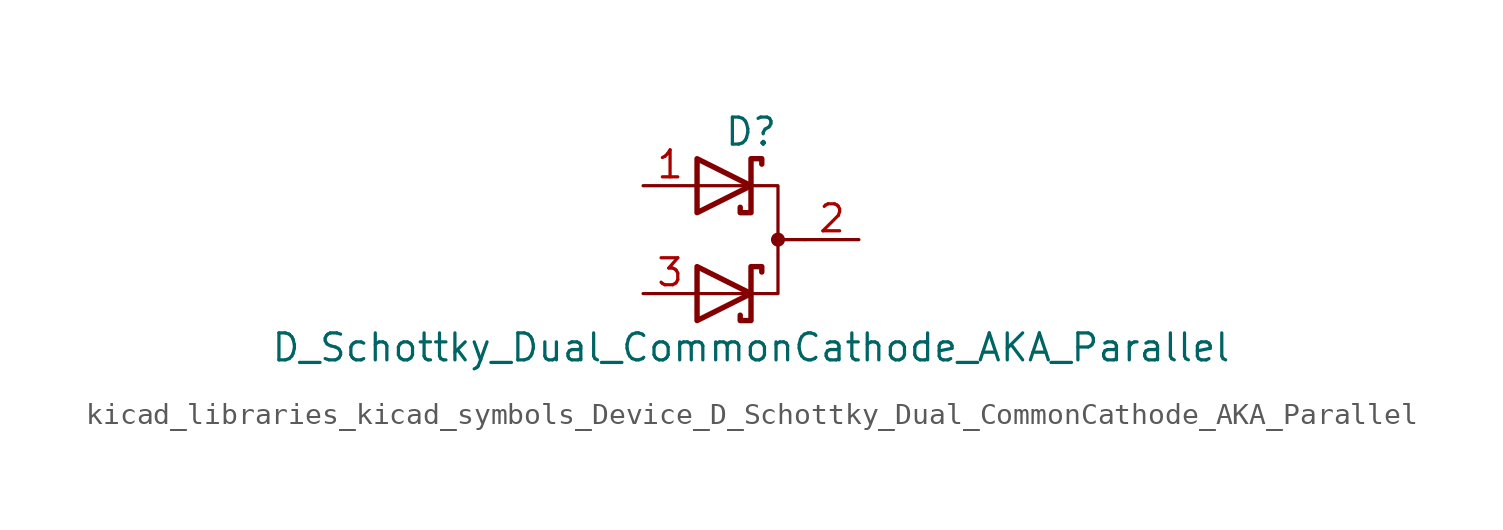
<source format=kicad_sym>
(kicad_symbol_lib
  (version 20220914)
  (generator kicad_symbol_editor)
  (symbol "kicad_libraries_kicad_symbols_Device_D_Schottky_Dual_CommonCathode_AKA_Parallel"
    (pin_names
      (offset 0.762) hide)
    (property "Reference" "D"
      (at 0 5.08 0)
      (effects (font (size 1.27 1.27))))
    (property "Value" "D_Schottky_Dual_CommonCathode_AKA_Parallel"
      (at 0 -5.08 0)
      (effects (font (size 1.27 1.27))))
    (symbol "kicad_libraries_kicad_symbols_Device_D_Schottky_Dual_CommonCathode_AKA_Parallel_0_1"
      (polyline (pts (xy 1.27 0) (xy 2.54 0)) (stroke (width 0) (type default)) (fill (type none)))
      (polyline (pts (xy -2.54 -2.54) (xy 1.27 -2.54) (xy 1.27 2.54) (xy -2.54 2.54)) (stroke (width 0) (type default)) (fill (type none)))
      (polyline (pts (xy -2.54 -1.27) (xy 0 -2.54) (xy -2.54 -3.81) (xy -2.54 -1.27) (xy -2.54 -1.27) (xy -2.54 -1.27)) (stroke (width 0.254) (type default)) (fill (type none)))
      (polyline (pts (xy -2.54 3.81) (xy 0 2.54) (xy -2.54 1.27) (xy -2.54 3.81) (xy -2.54 3.81) (xy -2.54 3.81)) (stroke (width 0.254) (type default)) (fill (type none)))
      (polyline (pts (xy 0.508 -1.524) (xy 0.508 -1.27) (xy 0 -1.27) (xy 0 -3.81) (xy -0.508 -3.81) (xy -0.508 -3.556)) (stroke (width 0.254) (type default)) (fill (type none)))
      (polyline (pts (xy 0.508 3.556) (xy 0.508 3.81) (xy 0 3.81) (xy 0 1.27) (xy -0.508 1.27) (xy -0.508 1.524)) (stroke (width 0.254) (type default)) (fill (type none)))
      (circle (center 1.27 0) (radius 0.254) (stroke (width 0) (type default)) (fill (type outline)))
      (pin passive line (at -5.08 2.54 0) (length 2.54) (name "K" (effects (font (size 1.27 1.27)))) (number "1" (effects (font (size 1.27 1.27)))))
      (pin passive line (at 5.08 0 180) (length 2.54) (name "A" (effects (font (size 1.27 1.27)))) (number "2" (effects (font (size 1.27 1.27)))))
      (pin passive line (at -5.08 -2.54 0) (length 2.54) (name "K" (effects (font (size 1.27 1.27)))) (number "3" (effects (font (size 1.27 1.27))))))))
</source>
